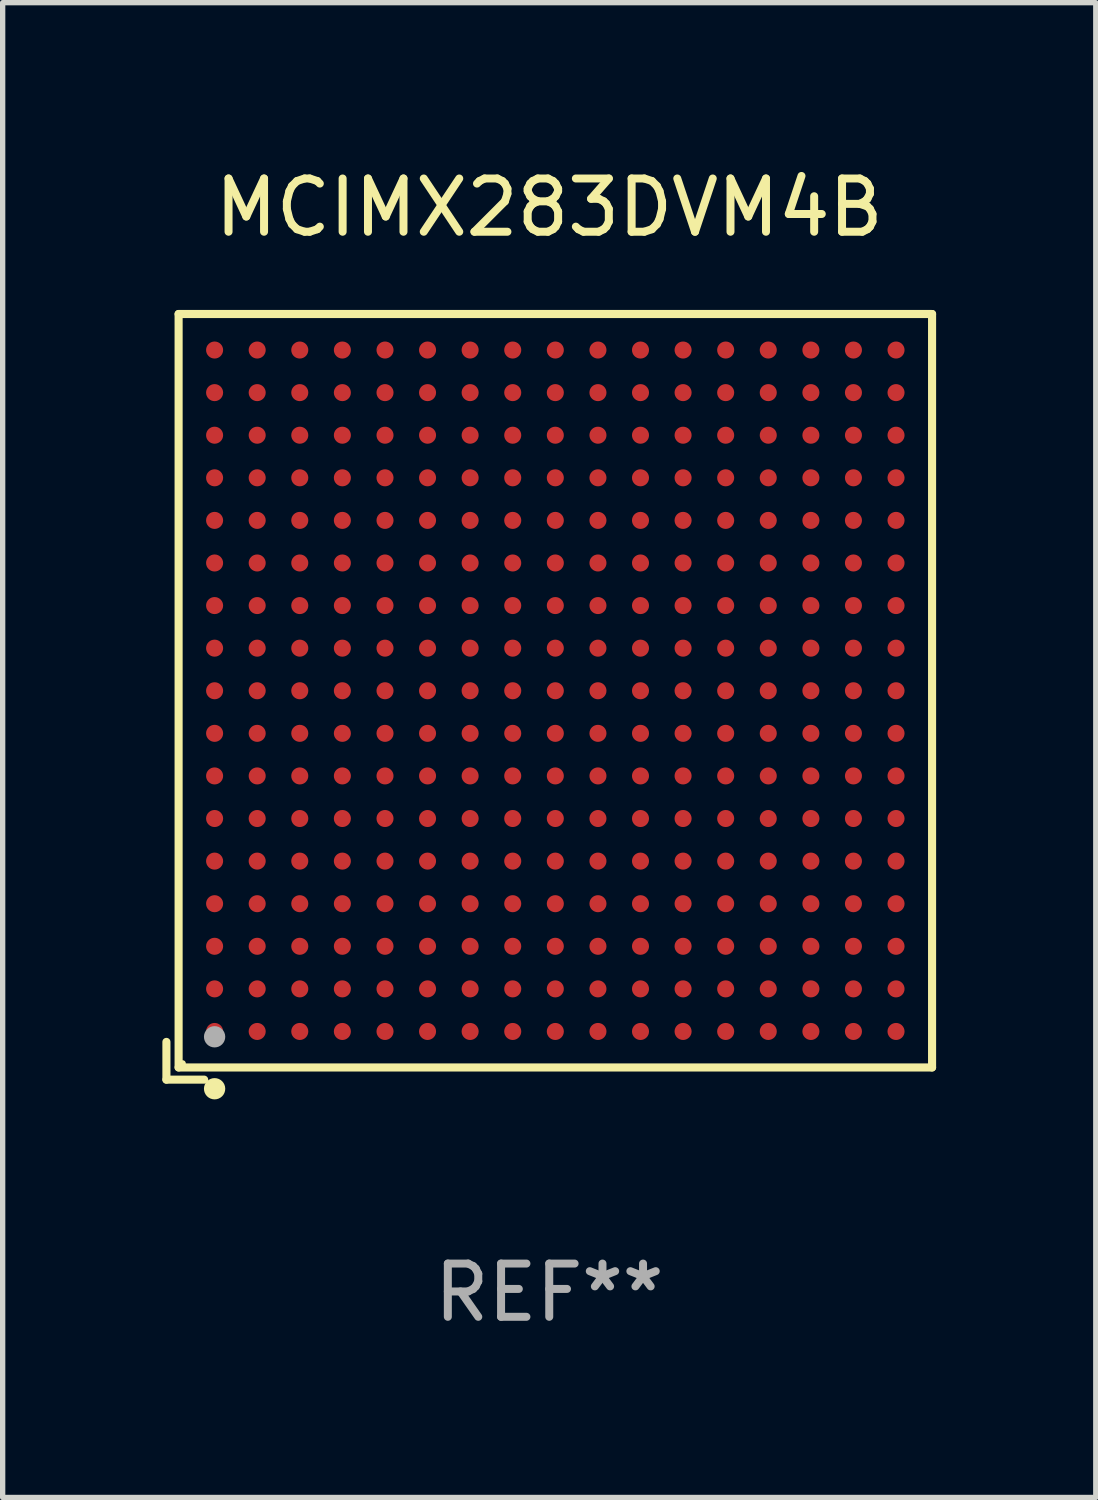
<source format=kicad_pcb>
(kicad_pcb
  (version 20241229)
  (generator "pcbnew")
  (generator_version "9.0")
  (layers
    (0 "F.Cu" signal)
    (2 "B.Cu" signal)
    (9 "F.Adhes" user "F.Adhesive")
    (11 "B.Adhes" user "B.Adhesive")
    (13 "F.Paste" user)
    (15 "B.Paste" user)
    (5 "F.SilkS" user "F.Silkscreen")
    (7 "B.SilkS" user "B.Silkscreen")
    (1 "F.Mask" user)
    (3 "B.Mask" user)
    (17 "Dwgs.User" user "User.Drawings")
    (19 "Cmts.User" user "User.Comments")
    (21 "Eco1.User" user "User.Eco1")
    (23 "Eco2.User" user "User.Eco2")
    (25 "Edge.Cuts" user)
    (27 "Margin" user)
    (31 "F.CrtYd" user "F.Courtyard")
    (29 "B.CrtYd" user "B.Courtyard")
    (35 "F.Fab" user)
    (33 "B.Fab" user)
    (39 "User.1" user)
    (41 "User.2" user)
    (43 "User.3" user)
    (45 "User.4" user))
  (footprint "MCIMX283DVM4B"
    (layer "F.Cu")
    (at 7.267 10.039)
    (property "Reference" "MCIMX283DVM4B" (at 0 -9.191 0) (layer "F.SilkS") (effects (font (size 1 1) (thickness 0.15))))
    (attr through_hole)
    (fp_line (start -7.191 6.482) (end -7.191 7.191) (stroke (width 0.152) (type solid)) (layer "F.SilkS"))
    (fp_line (start -7.191 7.191) (end -6.482 7.191) (stroke (width 0.152) (type solid)) (layer "F.SilkS"))
    (fp_line (start -6.962 -7.191) (end 7.191 -7.191) (stroke (width 0.152) (type solid)) (layer "F.SilkS"))
    (fp_line (start -6.962 6.962) (end -6.962 -7.191) (stroke (width 0.152) (type solid)) (layer "F.SilkS"))
    (fp_line (start 7.191 -7.191) (end 7.191 6.962) (stroke (width 0.152) (type solid)) (layer "F.SilkS"))
    (fp_line (start 7.191 6.962) (end -6.962 6.962) (stroke (width 0.152) (type solid)) (layer "F.SilkS"))
    (fp_circle (center -6.886 6.886) (end -6.856 6.886) (stroke (width 0.06) (type solid)) (fill no) (layer "F.SilkS"))
    (fp_circle (center -6.286 7.362) (end -6.186 7.362) (stroke (width 0.2) (type solid)) (fill no) (layer "F.SilkS"))
    (fp_circle (center -6.286 6.386) (end -6.186 6.386) (stroke (width 0.2) (type solid)) (fill no) (layer "F.Fab"))
    (fp_text user "REF**" (at 0 11.191 0) (layer "F.Fab") (effects (font (size 1 1) (thickness 0.15))))
    (pad "A1" smd circle (at -6.286 6.286) (size 0.32 0.32) (layers "F.Cu" "F.Mask" "F.Paste"))
    (pad "A2" smd circle (at -6.286 5.486) (size 0.32 0.32) (layers "F.Cu" "F.Mask" "F.Paste"))
    (pad "A3" smd circle (at -6.286 4.686) (size 0.32 0.32) (layers "F.Cu" "F.Mask" "F.Paste"))
    (pad "A4" smd circle (at -6.286 3.886) (size 0.32 0.32) (layers "F.Cu" "F.Mask" "F.Paste"))
    (pad "A5" smd circle (at -6.286 3.086) (size 0.32 0.32) (layers "F.Cu" "F.Mask" "F.Paste"))
    (pad "A6" smd circle (at -6.286 2.286) (size 0.32 0.32) (layers "F.Cu" "F.Mask" "F.Paste"))
    (pad "A7" smd circle (at -6.286 1.486) (size 0.32 0.32) (layers "F.Cu" "F.Mask" "F.Paste"))
    (pad "A8" smd circle (at -6.286 0.686) (size 0.32 0.32) (layers "F.Cu" "F.Mask" "F.Paste"))
    (pad "A9" smd circle (at -6.286 -0.114) (size 0.32 0.32) (layers "F.Cu" "F.Mask" "F.Paste"))
    (pad "A10" smd circle (at -6.286 -0.914) (size 0.32 0.32) (layers "F.Cu" "F.Mask" "F.Paste"))
    (pad "A11" smd circle (at -6.286 -1.714) (size 0.32 0.32) (layers "F.Cu" "F.Mask" "F.Paste"))
    (pad "A12" smd circle (at -6.286 -2.514) (size 0.32 0.32) (layers "F.Cu" "F.Mask" "F.Paste"))
    (pad "A13" smd circle (at -6.286 -3.314) (size 0.32 0.32) (layers "F.Cu" "F.Mask" "F.Paste"))
    (pad "A14" smd circle (at -6.286 -4.114) (size 0.32 0.32) (layers "F.Cu" "F.Mask" "F.Paste"))
    (pad "A15" smd circle (at -6.286 -4.914) (size 0.32 0.32) (layers "F.Cu" "F.Mask" "F.Paste"))
    (pad "A16" smd circle (at -6.286 -5.714) (size 0.32 0.32) (layers "F.Cu" "F.Mask" "F.Paste"))
    (pad "A17" smd circle (at -6.286 -6.514) (size 0.32 0.32) (layers "F.Cu" "F.Mask" "F.Paste"))
    (pad "B1" smd circle (at -5.486 6.286) (size 0.32 0.32) (layers "F.Cu" "F.Mask" "F.Paste"))
    (pad "B2" smd circle (at -5.486 5.486) (size 0.32 0.32) (layers "F.Cu" "F.Mask" "F.Paste"))
    (pad "B3" smd circle (at -5.486 4.686) (size 0.32 0.32) (layers "F.Cu" "F.Mask" "F.Paste"))
    (pad "B4" smd circle (at -5.486 3.886) (size 0.32 0.32) (layers "F.Cu" "F.Mask" "F.Paste"))
    (pad "B5" smd circle (at -5.486 3.086) (size 0.32 0.32) (layers "F.Cu" "F.Mask" "F.Paste"))
    (pad "B6" smd circle (at -5.486 2.286) (size 0.32 0.32) (layers "F.Cu" "F.Mask" "F.Paste"))
    (pad "B7" smd circle (at -5.486 1.486) (size 0.32 0.32) (layers "F.Cu" "F.Mask" "F.Paste"))
    (pad "B8" smd circle (at -5.486 0.686) (size 0.32 0.32) (layers "F.Cu" "F.Mask" "F.Paste"))
    (pad "B9" smd circle (at -5.486 -0.114) (size 0.32 0.32) (layers "F.Cu" "F.Mask" "F.Paste"))
    (pad "B10" smd circle (at -5.486 -0.914) (size 0.32 0.32) (layers "F.Cu" "F.Mask" "F.Paste"))
    (pad "B11" smd circle (at -5.486 -1.714) (size 0.32 0.32) (layers "F.Cu" "F.Mask" "F.Paste"))
    (pad "B12" smd circle (at -5.486 -2.514) (size 0.32 0.32) (layers "F.Cu" "F.Mask" "F.Paste"))
    (pad "B13" smd circle (at -5.486 -3.314) (size 0.32 0.32) (layers "F.Cu" "F.Mask" "F.Paste"))
    (pad "B14" smd circle (at -5.486 -4.114) (size 0.32 0.32) (layers "F.Cu" "F.Mask" "F.Paste"))
    (pad "B15" smd circle (at -5.486 -4.914) (size 0.32 0.32) (layers "F.Cu" "F.Mask" "F.Paste"))
    (pad "B16" smd circle (at -5.486 -5.714) (size 0.32 0.32) (layers "F.Cu" "F.Mask" "F.Paste"))
    (pad "B17" smd circle (at -5.486 -6.514) (size 0.32 0.32) (layers "F.Cu" "F.Mask" "F.Paste"))
    (pad "C1" smd circle (at -4.686 6.286) (size 0.32 0.32) (layers "F.Cu" "F.Mask" "F.Paste"))
    (pad "C2" smd circle (at -4.686 5.486) (size 0.32 0.32) (layers "F.Cu" "F.Mask" "F.Paste"))
    (pad "C3" smd circle (at -4.686 4.686) (size 0.32 0.32) (layers "F.Cu" "F.Mask" "F.Paste"))
    (pad "C4" smd circle (at -4.686 3.886) (size 0.32 0.32) (layers "F.Cu" "F.Mask" "F.Paste"))
    (pad "C5" smd circle (at -4.686 3.086) (size 0.32 0.32) (layers "F.Cu" "F.Mask" "F.Paste"))
    (pad "C6" smd circle (at -4.686 2.286) (size 0.32 0.32) (layers "F.Cu" "F.Mask" "F.Paste"))
    (pad "C7" smd circle (at -4.686 1.486) (size 0.32 0.32) (layers "F.Cu" "F.Mask" "F.Paste"))
    (pad "C8" smd circle (at -4.686 0.686) (size 0.32 0.32) (layers "F.Cu" "F.Mask" "F.Paste"))
    (pad "C9" smd circle (at -4.686 -0.114) (size 0.32 0.32) (layers "F.Cu" "F.Mask" "F.Paste"))
    (pad "C10" smd circle (at -4.686 -0.914) (size 0.32 0.32) (layers "F.Cu" "F.Mask" "F.Paste"))
    (pad "C11" smd circle (at -4.686 -1.714) (size 0.32 0.32) (layers "F.Cu" "F.Mask" "F.Paste"))
    (pad "C12" smd circle (at -4.686 -2.514) (size 0.32 0.32) (layers "F.Cu" "F.Mask" "F.Paste"))
    (pad "C13" smd circle (at -4.686 -3.314) (size 0.32 0.32) (layers "F.Cu" "F.Mask" "F.Paste"))
    (pad "C14" smd circle (at -4.686 -4.114) (size 0.32 0.32) (layers "F.Cu" "F.Mask" "F.Paste"))
    (pad "C15" smd circle (at -4.686 -4.914) (size 0.32 0.32) (layers "F.Cu" "F.Mask" "F.Paste"))
    (pad "C16" smd circle (at -4.686 -5.714) (size 0.32 0.32) (layers "F.Cu" "F.Mask" "F.Paste"))
    (pad "C17" smd circle (at -4.686 -6.514) (size 0.32 0.32) (layers "F.Cu" "F.Mask" "F.Paste"))
    (pad "D1" smd circle (at -3.886 6.286) (size 0.32 0.32) (layers "F.Cu" "F.Mask" "F.Paste"))
    (pad "D2" smd circle (at -3.886 5.486) (size 0.32 0.32) (layers "F.Cu" "F.Mask" "F.Paste"))
    (pad "D3" smd circle (at -3.886 4.686) (size 0.32 0.32) (layers "F.Cu" "F.Mask" "F.Paste"))
    (pad "D4" smd circle (at -3.886 3.886) (size 0.32 0.32) (layers "F.Cu" "F.Mask" "F.Paste"))
    (pad "D5" smd circle (at -3.886 3.086) (size 0.32 0.32) (layers "F.Cu" "F.Mask" "F.Paste"))
    (pad "D6" smd circle (at -3.886 2.286) (size 0.32 0.32) (layers "F.Cu" "F.Mask" "F.Paste"))
    (pad "D7" smd circle (at -3.886 1.486) (size 0.32 0.32) (layers "F.Cu" "F.Mask" "F.Paste"))
    (pad "D8" smd circle (at -3.886 0.686) (size 0.32 0.32) (layers "F.Cu" "F.Mask" "F.Paste"))
    (pad "D9" smd circle (at -3.886 -0.114) (size 0.32 0.32) (layers "F.Cu" "F.Mask" "F.Paste"))
    (pad "D10" smd circle (at -3.886 -0.914) (size 0.32 0.32) (layers "F.Cu" "F.Mask" "F.Paste"))
    (pad "D11" smd circle (at -3.886 -1.714) (size 0.32 0.32) (layers "F.Cu" "F.Mask" "F.Paste"))
    (pad "D12" smd circle (at -3.886 -2.514) (size 0.32 0.32) (layers "F.Cu" "F.Mask" "F.Paste"))
    (pad "D13" smd circle (at -3.886 -3.314) (size 0.32 0.32) (layers "F.Cu" "F.Mask" "F.Paste"))
    (pad "D14" smd circle (at -3.886 -4.114) (size 0.32 0.32) (layers "F.Cu" "F.Mask" "F.Paste"))
    (pad "D15" smd circle (at -3.886 -4.914) (size 0.32 0.32) (layers "F.Cu" "F.Mask" "F.Paste"))
    (pad "D16" smd circle (at -3.886 -5.714) (size 0.32 0.32) (layers "F.Cu" "F.Mask" "F.Paste"))
    (pad "D17" smd circle (at -3.886 -6.514) (size 0.32 0.32) (layers "F.Cu" "F.Mask" "F.Paste"))
    (pad "E1" smd circle (at -3.085 6.286) (size 0.32 0.32) (layers "F.Cu" "F.Mask" "F.Paste"))
    (pad "E2" smd circle (at -3.085 5.486) (size 0.32 0.32) (layers "F.Cu" "F.Mask" "F.Paste"))
    (pad "E3" smd circle (at -3.085 4.686) (size 0.32 0.32) (layers "F.Cu" "F.Mask" "F.Paste"))
    (pad "E4" smd circle (at -3.085 3.886) (size 0.32 0.32) (layers "F.Cu" "F.Mask" "F.Paste"))
    (pad "E5" smd circle (at -3.085 3.086) (size 0.32 0.32) (layers "F.Cu" "F.Mask" "F.Paste"))
    (pad "E6" smd circle (at -3.085 2.286) (size 0.32 0.32) (layers "F.Cu" "F.Mask" "F.Paste"))
    (pad "E7" smd circle (at -3.085 1.486) (size 0.32 0.32) (layers "F.Cu" "F.Mask" "F.Paste"))
    (pad "E8" smd circle (at -3.085 0.686) (size 0.32 0.32) (layers "F.Cu" "F.Mask" "F.Paste"))
    (pad "E9" smd circle (at -3.085 -0.114) (size 0.32 0.32) (layers "F.Cu" "F.Mask" "F.Paste"))
    (pad "E10" smd circle (at -3.085 -0.914) (size 0.32 0.32) (layers "F.Cu" "F.Mask" "F.Paste"))
    (pad "E11" smd circle (at -3.085 -1.714) (size 0.32 0.32) (layers "F.Cu" "F.Mask" "F.Paste"))
    (pad "E12" smd circle (at -3.085 -2.514) (size 0.32 0.32) (layers "F.Cu" "F.Mask" "F.Paste"))
    (pad "E13" smd circle (at -3.085 -3.314) (size 0.32 0.32) (layers "F.Cu" "F.Mask" "F.Paste"))
    (pad "E14" smd circle (at -3.085 -4.114) (size 0.32 0.32) (layers "F.Cu" "F.Mask" "F.Paste"))
    (pad "E15" smd circle (at -3.085 -4.914) (size 0.32 0.32) (layers "F.Cu" "F.Mask" "F.Paste"))
    (pad "E16" smd circle (at -3.085 -5.714) (size 0.32 0.32) (layers "F.Cu" "F.Mask" "F.Paste"))
    (pad "E17" smd circle (at -3.085 -6.514) (size 0.32 0.32) (layers "F.Cu" "F.Mask" "F.Paste"))
    (pad "F1" smd circle (at -2.286 6.286) (size 0.32 0.32) (layers "F.Cu" "F.Mask" "F.Paste"))
    (pad "F2" smd circle (at -2.286 5.486) (size 0.32 0.32) (layers "F.Cu" "F.Mask" "F.Paste"))
    (pad "F3" smd circle (at -2.286 4.686) (size 0.32 0.32) (layers "F.Cu" "F.Mask" "F.Paste"))
    (pad "F4" smd circle (at -2.286 3.886) (size 0.32 0.32) (layers "F.Cu" "F.Mask" "F.Paste"))
    (pad "F5" smd circle (at -2.286 3.086) (size 0.32 0.32) (layers "F.Cu" "F.Mask" "F.Paste"))
    (pad "F6" smd circle (at -2.286 2.286) (size 0.32 0.32) (layers "F.Cu" "F.Mask" "F.Paste"))
    (pad "F7" smd circle (at -2.286 1.486) (size 0.32 0.32) (layers "F.Cu" "F.Mask" "F.Paste"))
    (pad "F8" smd circle (at -2.286 0.686) (size 0.32 0.32) (layers "F.Cu" "F.Mask" "F.Paste"))
    (pad "F9" smd circle (at -2.286 -0.114) (size 0.32 0.32) (layers "F.Cu" "F.Mask" "F.Paste"))
    (pad "F10" smd circle (at -2.286 -0.914) (size 0.32 0.32) (layers "F.Cu" "F.Mask" "F.Paste"))
    (pad "F11" smd circle (at -2.286 -1.714) (size 0.32 0.32) (layers "F.Cu" "F.Mask" "F.Paste"))
    (pad "F12" smd circle (at -2.286 -2.514) (size 0.32 0.32) (layers "F.Cu" "F.Mask" "F.Paste"))
    (pad "F13" smd circle (at -2.286 -3.314) (size 0.32 0.32) (layers "F.Cu" "F.Mask" "F.Paste"))
    (pad "F14" smd circle (at -2.286 -4.114) (size 0.32 0.32) (layers "F.Cu" "F.Mask" "F.Paste"))
    (pad "F15" smd circle (at -2.286 -4.914) (size 0.32 0.32) (layers "F.Cu" "F.Mask" "F.Paste"))
    (pad "F16" smd circle (at -2.286 -5.714) (size 0.32 0.32) (layers "F.Cu" "F.Mask" "F.Paste"))
    (pad "F17" smd circle (at -2.286 -6.514) (size 0.32 0.32) (layers "F.Cu" "F.Mask" "F.Paste"))
    (pad "G1" smd circle (at -1.486 6.286) (size 0.32 0.32) (layers "F.Cu" "F.Mask" "F.Paste"))
    (pad "G2" smd circle (at -1.486 5.486) (size 0.32 0.32) (layers "F.Cu" "F.Mask" "F.Paste"))
    (pad "G3" smd circle (at -1.486 4.686) (size 0.32 0.32) (layers "F.Cu" "F.Mask" "F.Paste"))
    (pad "G4" smd circle (at -1.486 3.886) (size 0.32 0.32) (layers "F.Cu" "F.Mask" "F.Paste"))
    (pad "G5" smd circle (at -1.486 3.086) (size 0.32 0.32) (layers "F.Cu" "F.Mask" "F.Paste"))
    (pad "G6" smd circle (at -1.486 2.286) (size 0.32 0.32) (layers "F.Cu" "F.Mask" "F.Paste"))
    (pad "G7" smd circle (at -1.486 1.486) (size 0.32 0.32) (layers "F.Cu" "F.Mask" "F.Paste"))
    (pad "G8" smd circle (at -1.486 0.686) (size 0.32 0.32) (layers "F.Cu" "F.Mask" "F.Paste"))
    (pad "G9" smd circle (at -1.486 -0.114) (size 0.32 0.32) (layers "F.Cu" "F.Mask" "F.Paste"))
    (pad "G10" smd circle (at -1.486 -0.914) (size 0.32 0.32) (layers "F.Cu" "F.Mask" "F.Paste"))
    (pad "G11" smd circle (at -1.486 -1.714) (size 0.32 0.32) (layers "F.Cu" "F.Mask" "F.Paste"))
    (pad "G12" smd circle (at -1.486 -2.514) (size 0.32 0.32) (layers "F.Cu" "F.Mask" "F.Paste"))
    (pad "G13" smd circle (at -1.486 -3.314) (size 0.32 0.32) (layers "F.Cu" "F.Mask" "F.Paste"))
    (pad "G14" smd circle (at -1.486 -4.114) (size 0.32 0.32) (layers "F.Cu" "F.Mask" "F.Paste"))
    (pad "G15" smd circle (at -1.486 -4.914) (size 0.32 0.32) (layers "F.Cu" "F.Mask" "F.Paste"))
    (pad "G16" smd circle (at -1.486 -5.714) (size 0.32 0.32) (layers "F.Cu" "F.Mask" "F.Paste"))
    (pad "G17" smd circle (at -1.486 -6.514) (size 0.32 0.32) (layers "F.Cu" "F.Mask" "F.Paste"))
    (pad "H1" smd circle (at -0.686 6.286) (size 0.32 0.32) (layers "F.Cu" "F.Mask" "F.Paste"))
    (pad "H2" smd circle (at -0.686 5.486) (size 0.32 0.32) (layers "F.Cu" "F.Mask" "F.Paste"))
    (pad "H3" smd circle (at -0.686 4.686) (size 0.32 0.32) (layers "F.Cu" "F.Mask" "F.Paste"))
    (pad "H4" smd circle (at -0.686 3.886) (size 0.32 0.32) (layers "F.Cu" "F.Mask" "F.Paste"))
    (pad "H5" smd circle (at -0.686 3.086) (size 0.32 0.32) (layers "F.Cu" "F.Mask" "F.Paste"))
    (pad "H6" smd circle (at -0.686 2.286) (size 0.32 0.32) (layers "F.Cu" "F.Mask" "F.Paste"))
    (pad "H7" smd circle (at -0.686 1.486) (size 0.32 0.32) (layers "F.Cu" "F.Mask" "F.Paste"))
    (pad "H8" smd circle (at -0.686 0.686) (size 0.32 0.32) (layers "F.Cu" "F.Mask" "F.Paste"))
    (pad "H9" smd circle (at -0.686 -0.114) (size 0.32 0.32) (layers "F.Cu" "F.Mask" "F.Paste"))
    (pad "H10" smd circle (at -0.686 -0.914) (size 0.32 0.32) (layers "F.Cu" "F.Mask" "F.Paste"))
    (pad "H11" smd circle (at -0.686 -1.714) (size 0.32 0.32) (layers "F.Cu" "F.Mask" "F.Paste"))
    (pad "H12" smd circle (at -0.686 -2.514) (size 0.32 0.32) (layers "F.Cu" "F.Mask" "F.Paste"))
    (pad "H13" smd circle (at -0.686 -3.314) (size 0.32 0.32) (layers "F.Cu" "F.Mask" "F.Paste"))
    (pad "H14" smd circle (at -0.686 -4.114) (size 0.32 0.32) (layers "F.Cu" "F.Mask" "F.Paste"))
    (pad "H15" smd circle (at -0.686 -4.914) (size 0.32 0.32) (layers "F.Cu" "F.Mask" "F.Paste"))
    (pad "H16" smd circle (at -0.686 -5.714) (size 0.32 0.32) (layers "F.Cu" "F.Mask" "F.Paste"))
    (pad "H17" smd circle (at -0.686 -6.514) (size 0.32 0.32) (layers "F.Cu" "F.Mask" "F.Paste"))
    (pad "J1" smd circle (at 0.114 6.286) (size 0.32 0.32) (layers "F.Cu" "F.Mask" "F.Paste"))
    (pad "J2" smd circle (at 0.114 5.486) (size 0.32 0.32) (layers "F.Cu" "F.Mask" "F.Paste"))
    (pad "J3" smd circle (at 0.114 4.686) (size 0.32 0.32) (layers "F.Cu" "F.Mask" "F.Paste"))
    (pad "J4" smd circle (at 0.114 3.886) (size 0.32 0.32) (layers "F.Cu" "F.Mask" "F.Paste"))
    (pad "J5" smd circle (at 0.114 3.086) (size 0.32 0.32) (layers "F.Cu" "F.Mask" "F.Paste"))
    (pad "J6" smd circle (at 0.114 2.286) (size 0.32 0.32) (layers "F.Cu" "F.Mask" "F.Paste"))
    (pad "J7" smd circle (at 0.114 1.486) (size 0.32 0.32) (layers "F.Cu" "F.Mask" "F.Paste"))
    (pad "J8" smd circle (at 0.114 0.686) (size 0.32 0.32) (layers "F.Cu" "F.Mask" "F.Paste"))
    (pad "J9" smd circle (at 0.114 -0.114) (size 0.32 0.32) (layers "F.Cu" "F.Mask" "F.Paste"))
    (pad "J10" smd circle (at 0.114 -0.914) (size 0.32 0.32) (layers "F.Cu" "F.Mask" "F.Paste"))
    (pad "J11" smd circle (at 0.114 -1.714) (size 0.32 0.32) (layers "F.Cu" "F.Mask" "F.Paste"))
    (pad "J12" smd circle (at 0.114 -2.514) (size 0.32 0.32) (layers "F.Cu" "F.Mask" "F.Paste"))
    (pad "J13" smd circle (at 0.114 -3.314) (size 0.32 0.32) (layers "F.Cu" "F.Mask" "F.Paste"))
    (pad "J14" smd circle (at 0.114 -4.114) (size 0.32 0.32) (layers "F.Cu" "F.Mask" "F.Paste"))
    (pad "J15" smd circle (at 0.114 -4.914) (size 0.32 0.32) (layers "F.Cu" "F.Mask" "F.Paste"))
    (pad "J16" smd circle (at 0.114 -5.714) (size 0.32 0.32) (layers "F.Cu" "F.Mask" "F.Paste"))
    (pad "J17" smd circle (at 0.114 -6.514) (size 0.32 0.32) (layers "F.Cu" "F.Mask" "F.Paste"))
    (pad "K1" smd circle (at 0.915 6.286) (size 0.32 0.32) (layers "F.Cu" "F.Mask" "F.Paste"))
    (pad "K2" smd circle (at 0.915 5.486) (size 0.32 0.32) (layers "F.Cu" "F.Mask" "F.Paste"))
    (pad "K3" smd circle (at 0.915 4.686) (size 0.32 0.32) (layers "F.Cu" "F.Mask" "F.Paste"))
    (pad "K4" smd circle (at 0.915 3.886) (size 0.32 0.32) (layers "F.Cu" "F.Mask" "F.Paste"))
    (pad "K5" smd circle (at 0.915 3.086) (size 0.32 0.32) (layers "F.Cu" "F.Mask" "F.Paste"))
    (pad "K6" smd circle (at 0.915 2.286) (size 0.32 0.32) (layers "F.Cu" "F.Mask" "F.Paste"))
    (pad "K7" smd circle (at 0.915 1.486) (size 0.32 0.32) (layers "F.Cu" "F.Mask" "F.Paste"))
    (pad "K8" smd circle (at 0.915 0.686) (size 0.32 0.32) (layers "F.Cu" "F.Mask" "F.Paste"))
    (pad "K9" smd circle (at 0.915 -0.114) (size 0.32 0.32) (layers "F.Cu" "F.Mask" "F.Paste"))
    (pad "K10" smd circle (at 0.915 -0.914) (size 0.32 0.32) (layers "F.Cu" "F.Mask" "F.Paste"))
    (pad "K11" smd circle (at 0.915 -1.714) (size 0.32 0.32) (layers "F.Cu" "F.Mask" "F.Paste"))
    (pad "K12" smd circle (at 0.915 -2.514) (size 0.32 0.32) (layers "F.Cu" "F.Mask" "F.Paste"))
    (pad "K13" smd circle (at 0.915 -3.314) (size 0.32 0.32) (layers "F.Cu" "F.Mask" "F.Paste"))
    (pad "K14" smd circle (at 0.915 -4.114) (size 0.32 0.32) (layers "F.Cu" "F.Mask" "F.Paste"))
    (pad "K15" smd circle (at 0.915 -4.914) (size 0.32 0.32) (layers "F.Cu" "F.Mask" "F.Paste"))
    (pad "K16" smd circle (at 0.915 -5.714) (size 0.32 0.32) (layers "F.Cu" "F.Mask" "F.Paste"))
    (pad "K17" smd circle (at 0.915 -6.514) (size 0.32 0.32) (layers "F.Cu" "F.Mask" "F.Paste"))
    (pad "L1" smd circle (at 1.714 6.286) (size 0.32 0.32) (layers "F.Cu" "F.Mask" "F.Paste"))
    (pad "L2" smd circle (at 1.714 5.486) (size 0.32 0.32) (layers "F.Cu" "F.Mask" "F.Paste"))
    (pad "L3" smd circle (at 1.714 4.686) (size 0.32 0.32) (layers "F.Cu" "F.Mask" "F.Paste"))
    (pad "L4" smd circle (at 1.714 3.886) (size 0.32 0.32) (layers "F.Cu" "F.Mask" "F.Paste"))
    (pad "L5" smd circle (at 1.714 3.086) (size 0.32 0.32) (layers "F.Cu" "F.Mask" "F.Paste"))
    (pad "L6" smd circle (at 1.714 2.286) (size 0.32 0.32) (layers "F.Cu" "F.Mask" "F.Paste"))
    (pad "L7" smd circle (at 1.714 1.486) (size 0.32 0.32) (layers "F.Cu" "F.Mask" "F.Paste"))
    (pad "L8" smd circle (at 1.714 0.686) (size 0.32 0.32) (layers "F.Cu" "F.Mask" "F.Paste"))
    (pad "L9" smd circle (at 1.714 -0.114) (size 0.32 0.32) (layers "F.Cu" "F.Mask" "F.Paste"))
    (pad "L10" smd circle (at 1.714 -0.914) (size 0.32 0.32) (layers "F.Cu" "F.Mask" "F.Paste"))
    (pad "L11" smd circle (at 1.714 -1.714) (size 0.32 0.32) (layers "F.Cu" "F.Mask" "F.Paste"))
    (pad "L12" smd circle (at 1.714 -2.514) (size 0.32 0.32) (layers "F.Cu" "F.Mask" "F.Paste"))
    (pad "L13" smd circle (at 1.714 -3.314) (size 0.32 0.32) (layers "F.Cu" "F.Mask" "F.Paste"))
    (pad "L14" smd circle (at 1.714 -4.114) (size 0.32 0.32) (layers "F.Cu" "F.Mask" "F.Paste"))
    (pad "L15" smd circle (at 1.714 -4.914) (size 0.32 0.32) (layers "F.Cu" "F.Mask" "F.Paste"))
    (pad "L16" smd circle (at 1.714 -5.714) (size 0.32 0.32) (layers "F.Cu" "F.Mask" "F.Paste"))
    (pad "L17" smd circle (at 1.714 -6.514) (size 0.32 0.32) (layers "F.Cu" "F.Mask" "F.Paste"))
    (pad "M1" smd circle (at 2.514 6.286) (size 0.32 0.32) (layers "F.Cu" "F.Mask" "F.Paste"))
    (pad "M2" smd circle (at 2.514 5.486) (size 0.32 0.32) (layers "F.Cu" "F.Mask" "F.Paste"))
    (pad "M3" smd circle (at 2.514 4.686) (size 0.32 0.32) (layers "F.Cu" "F.Mask" "F.Paste"))
    (pad "M4" smd circle (at 2.514 3.886) (size 0.32 0.32) (layers "F.Cu" "F.Mask" "F.Paste"))
    (pad "M5" smd circle (at 2.514 3.086) (size 0.32 0.32) (layers "F.Cu" "F.Mask" "F.Paste"))
    (pad "M6" smd circle (at 2.514 2.286) (size 0.32 0.32) (layers "F.Cu" "F.Mask" "F.Paste"))
    (pad "M7" smd circle (at 2.514 1.486) (size 0.32 0.32) (layers "F.Cu" "F.Mask" "F.Paste"))
    (pad "M8" smd circle (at 2.514 0.686) (size 0.32 0.32) (layers "F.Cu" "F.Mask" "F.Paste"))
    (pad "M9" smd circle (at 2.514 -0.114) (size 0.32 0.32) (layers "F.Cu" "F.Mask" "F.Paste"))
    (pad "M10" smd circle (at 2.514 -0.914) (size 0.32 0.32) (layers "F.Cu" "F.Mask" "F.Paste"))
    (pad "M11" smd circle (at 2.514 -1.714) (size 0.32 0.32) (layers "F.Cu" "F.Mask" "F.Paste"))
    (pad "M12" smd circle (at 2.514 -2.514) (size 0.32 0.32) (layers "F.Cu" "F.Mask" "F.Paste"))
    (pad "M13" smd circle (at 2.514 -3.314) (size 0.32 0.32) (layers "F.Cu" "F.Mask" "F.Paste"))
    (pad "M14" smd circle (at 2.514 -4.114) (size 0.32 0.32) (layers "F.Cu" "F.Mask" "F.Paste"))
    (pad "M15" smd circle (at 2.514 -4.914) (size 0.32 0.32) (layers "F.Cu" "F.Mask" "F.Paste"))
    (pad "M16" smd circle (at 2.514 -5.714) (size 0.32 0.32) (layers "F.Cu" "F.Mask" "F.Paste"))
    (pad "M17" smd circle (at 2.514 -6.514) (size 0.32 0.32) (layers "F.Cu" "F.Mask" "F.Paste"))
    (pad "N1" smd circle (at 3.314 6.286) (size 0.32 0.32) (layers "F.Cu" "F.Mask" "F.Paste"))
    (pad "N2" smd circle (at 3.314 5.486) (size 0.32 0.32) (layers "F.Cu" "F.Mask" "F.Paste"))
    (pad "N3" smd circle (at 3.314 4.686) (size 0.32 0.32) (layers "F.Cu" "F.Mask" "F.Paste"))
    (pad "N4" smd circle (at 3.314 3.886) (size 0.32 0.32) (layers "F.Cu" "F.Mask" "F.Paste"))
    (pad "N5" smd circle (at 3.314 3.086) (size 0.32 0.32) (layers "F.Cu" "F.Mask" "F.Paste"))
    (pad "N6" smd circle (at 3.314 2.286) (size 0.32 0.32) (layers "F.Cu" "F.Mask" "F.Paste"))
    (pad "N7" smd circle (at 3.314 1.486) (size 0.32 0.32) (layers "F.Cu" "F.Mask" "F.Paste"))
    (pad "N8" smd circle (at 3.314 0.686) (size 0.32 0.32) (layers "F.Cu" "F.Mask" "F.Paste"))
    (pad "N9" smd circle (at 3.314 -0.114) (size 0.32 0.32) (layers "F.Cu" "F.Mask" "F.Paste"))
    (pad "N10" smd circle (at 3.314 -0.914) (size 0.32 0.32) (layers "F.Cu" "F.Mask" "F.Paste"))
    (pad "N11" smd circle (at 3.314 -1.714) (size 0.32 0.32) (layers "F.Cu" "F.Mask" "F.Paste"))
    (pad "N12" smd circle (at 3.314 -2.514) (size 0.32 0.32) (layers "F.Cu" "F.Mask" "F.Paste"))
    (pad "N13" smd circle (at 3.314 -3.314) (size 0.32 0.32) (layers "F.Cu" "F.Mask" "F.Paste"))
    (pad "N14" smd circle (at 3.314 -4.114) (size 0.32 0.32) (layers "F.Cu" "F.Mask" "F.Paste"))
    (pad "N15" smd circle (at 3.314 -4.914) (size 0.32 0.32) (layers "F.Cu" "F.Mask" "F.Paste"))
    (pad "N16" smd circle (at 3.314 -5.714) (size 0.32 0.32) (layers "F.Cu" "F.Mask" "F.Paste"))
    (pad "N17" smd circle (at 3.314 -6.514) (size 0.32 0.32) (layers "F.Cu" "F.Mask" "F.Paste"))
    (pad "P1" smd circle (at 4.114 6.286) (size 0.32 0.32) (layers "F.Cu" "F.Mask" "F.Paste"))
    (pad "P2" smd circle (at 4.114 5.486) (size 0.32 0.32) (layers "F.Cu" "F.Mask" "F.Paste"))
    (pad "P3" smd circle (at 4.114 4.686) (size 0.32 0.32) (layers "F.Cu" "F.Mask" "F.Paste"))
    (pad "P4" smd circle (at 4.114 3.886) (size 0.32 0.32) (layers "F.Cu" "F.Mask" "F.Paste"))
    (pad "P5" smd circle (at 4.114 3.086) (size 0.32 0.32) (layers "F.Cu" "F.Mask" "F.Paste"))
    (pad "P6" smd circle (at 4.114 2.286) (size 0.32 0.32) (layers "F.Cu" "F.Mask" "F.Paste"))
    (pad "P7" smd circle (at 4.114 1.486) (size 0.32 0.32) (layers "F.Cu" "F.Mask" "F.Paste"))
    (pad "P8" smd circle (at 4.114 0.686) (size 0.32 0.32) (layers "F.Cu" "F.Mask" "F.Paste"))
    (pad "P9" smd circle (at 4.114 -0.114) (size 0.32 0.32) (layers "F.Cu" "F.Mask" "F.Paste"))
    (pad "P10" smd circle (at 4.114 -0.914) (size 0.32 0.32) (layers "F.Cu" "F.Mask" "F.Paste"))
    (pad "P11" smd circle (at 4.114 -1.714) (size 0.32 0.32) (layers "F.Cu" "F.Mask" "F.Paste"))
    (pad "P12" smd circle (at 4.114 -2.514) (size 0.32 0.32) (layers "F.Cu" "F.Mask" "F.Paste"))
    (pad "P13" smd circle (at 4.114 -3.314) (size 0.32 0.32) (layers "F.Cu" "F.Mask" "F.Paste"))
    (pad "P14" smd circle (at 4.114 -4.114) (size 0.32 0.32) (layers "F.Cu" "F.Mask" "F.Paste"))
    (pad "P15" smd circle (at 4.114 -4.914) (size 0.32 0.32) (layers "F.Cu" "F.Mask" "F.Paste"))
    (pad "P16" smd circle (at 4.114 -5.714) (size 0.32 0.32) (layers "F.Cu" "F.Mask" "F.Paste"))
    (pad "P17" smd circle (at 4.114 -6.514) (size 0.32 0.32) (layers "F.Cu" "F.Mask" "F.Paste"))
    (pad "R1" smd circle (at 4.915 6.286) (size 0.32 0.32) (layers "F.Cu" "F.Mask" "F.Paste"))
    (pad "R2" smd circle (at 4.915 5.486) (size 0.32 0.32) (layers "F.Cu" "F.Mask" "F.Paste"))
    (pad "R3" smd circle (at 4.915 4.686) (size 0.32 0.32) (layers "F.Cu" "F.Mask" "F.Paste"))
    (pad "R4" smd circle (at 4.915 3.886) (size 0.32 0.32) (layers "F.Cu" "F.Mask" "F.Paste"))
    (pad "R5" smd circle (at 4.915 3.086) (size 0.32 0.32) (layers "F.Cu" "F.Mask" "F.Paste"))
    (pad "R6" smd circle (at 4.915 2.286) (size 0.32 0.32) (layers "F.Cu" "F.Mask" "F.Paste"))
    (pad "R7" smd circle (at 4.915 1.486) (size 0.32 0.32) (layers "F.Cu" "F.Mask" "F.Paste"))
    (pad "R8" smd circle (at 4.915 0.686) (size 0.32 0.32) (layers "F.Cu" "F.Mask" "F.Paste"))
    (pad "R9" smd circle (at 4.915 -0.114) (size 0.32 0.32) (layers "F.Cu" "F.Mask" "F.Paste"))
    (pad "R10" smd circle (at 4.915 -0.914) (size 0.32 0.32) (layers "F.Cu" "F.Mask" "F.Paste"))
    (pad "R11" smd circle (at 4.915 -1.714) (size 0.32 0.32) (layers "F.Cu" "F.Mask" "F.Paste"))
    (pad "R12" smd circle (at 4.915 -2.514) (size 0.32 0.32) (layers "F.Cu" "F.Mask" "F.Paste"))
    (pad "R13" smd circle (at 4.915 -3.314) (size 0.32 0.32) (layers "F.Cu" "F.Mask" "F.Paste"))
    (pad "R14" smd circle (at 4.915 -4.114) (size 0.32 0.32) (layers "F.Cu" "F.Mask" "F.Paste"))
    (pad "R15" smd circle (at 4.915 -4.914) (size 0.32 0.32) (layers "F.Cu" "F.Mask" "F.Paste"))
    (pad "R16" smd circle (at 4.915 -5.714) (size 0.32 0.32) (layers "F.Cu" "F.Mask" "F.Paste"))
    (pad "R17" smd circle (at 4.915 -6.514) (size 0.32 0.32) (layers "F.Cu" "F.Mask" "F.Paste"))
    (pad "T1" smd circle (at 5.714 6.286) (size 0.32 0.32) (layers "F.Cu" "F.Mask" "F.Paste"))
    (pad "T2" smd circle (at 5.714 5.486) (size 0.32 0.32) (layers "F.Cu" "F.Mask" "F.Paste"))
    (pad "T3" smd circle (at 5.714 4.686) (size 0.32 0.32) (layers "F.Cu" "F.Mask" "F.Paste"))
    (pad "T4" smd circle (at 5.714 3.886) (size 0.32 0.32) (layers "F.Cu" "F.Mask" "F.Paste"))
    (pad "T5" smd circle (at 5.714 3.086) (size 0.32 0.32) (layers "F.Cu" "F.Mask" "F.Paste"))
    (pad "T6" smd circle (at 5.714 2.286) (size 0.32 0.32) (layers "F.Cu" "F.Mask" "F.Paste"))
    (pad "T7" smd circle (at 5.714 1.486) (size 0.32 0.32) (layers "F.Cu" "F.Mask" "F.Paste"))
    (pad "T8" smd circle (at 5.714 0.686) (size 0.32 0.32) (layers "F.Cu" "F.Mask" "F.Paste"))
    (pad "T9" smd circle (at 5.714 -0.114) (size 0.32 0.32) (layers "F.Cu" "F.Mask" "F.Paste"))
    (pad "T10" smd circle (at 5.714 -0.914) (size 0.32 0.32) (layers "F.Cu" "F.Mask" "F.Paste"))
    (pad "T11" smd circle (at 5.714 -1.714) (size 0.32 0.32) (layers "F.Cu" "F.Mask" "F.Paste"))
    (pad "T12" smd circle (at 5.714 -2.514) (size 0.32 0.32) (layers "F.Cu" "F.Mask" "F.Paste"))
    (pad "T13" smd circle (at 5.714 -3.314) (size 0.32 0.32) (layers "F.Cu" "F.Mask" "F.Paste"))
    (pad "T14" smd circle (at 5.714 -4.114) (size 0.32 0.32) (layers "F.Cu" "F.Mask" "F.Paste"))
    (pad "T15" smd circle (at 5.714 -4.914) (size 0.32 0.32) (layers "F.Cu" "F.Mask" "F.Paste"))
    (pad "T16" smd circle (at 5.714 -5.714) (size 0.32 0.32) (layers "F.Cu" "F.Mask" "F.Paste"))
    (pad "T17" smd circle (at 5.714 -6.514) (size 0.32 0.32) (layers "F.Cu" "F.Mask" "F.Paste"))
    (pad "U1" smd circle (at 6.514 6.286) (size 0.32 0.32) (layers "F.Cu" "F.Mask" "F.Paste"))
    (pad "U2" smd circle (at 6.514 5.486) (size 0.32 0.32) (layers "F.Cu" "F.Mask" "F.Paste"))
    (pad "U3" smd circle (at 6.514 4.686) (size 0.32 0.32) (layers "F.Cu" "F.Mask" "F.Paste"))
    (pad "U4" smd circle (at 6.514 3.886) (size 0.32 0.32) (layers "F.Cu" "F.Mask" "F.Paste"))
    (pad "U5" smd circle (at 6.514 3.086) (size 0.32 0.32) (layers "F.Cu" "F.Mask" "F.Paste"))
    (pad "U6" smd circle (at 6.514 2.286) (size 0.32 0.32) (layers "F.Cu" "F.Mask" "F.Paste"))
    (pad "U7" smd circle (at 6.514 1.486) (size 0.32 0.32) (layers "F.Cu" "F.Mask" "F.Paste"))
    (pad "U8" smd circle (at 6.514 0.686) (size 0.32 0.32) (layers "F.Cu" "F.Mask" "F.Paste"))
    (pad "U9" smd circle (at 6.514 -0.114) (size 0.32 0.32) (layers "F.Cu" "F.Mask" "F.Paste"))
    (pad "U10" smd circle (at 6.514 -0.914) (size 0.32 0.32) (layers "F.Cu" "F.Mask" "F.Paste"))
    (pad "U11" smd circle (at 6.514 -1.714) (size 0.32 0.32) (layers "F.Cu" "F.Mask" "F.Paste"))
    (pad "U12" smd circle (at 6.514 -2.514) (size 0.32 0.32) (layers "F.Cu" "F.Mask" "F.Paste"))
    (pad "U13" smd circle (at 6.514 -3.314) (size 0.32 0.32) (layers "F.Cu" "F.Mask" "F.Paste"))
    (pad "U14" smd circle (at 6.514 -4.114) (size 0.32 0.32) (layers "F.Cu" "F.Mask" "F.Paste"))
    (pad "U15" smd circle (at 6.514 -4.914) (size 0.32 0.32) (layers "F.Cu" "F.Mask" "F.Paste"))
    (pad "U16" smd circle (at 6.514 -5.714) (size 0.32 0.32) (layers "F.Cu" "F.Mask" "F.Paste"))
    (pad "U17" smd circle (at 6.514 -6.514) (size 0.32 0.32) (layers "F.Cu" "F.Mask" "F.Paste")))
  (gr_rect
    (start -3 -3)
    (end 17.533 25.078)
    (stroke (width 0.1) (type default))
    (fill no)
    (layer "Edge.Cuts")))
</source>
